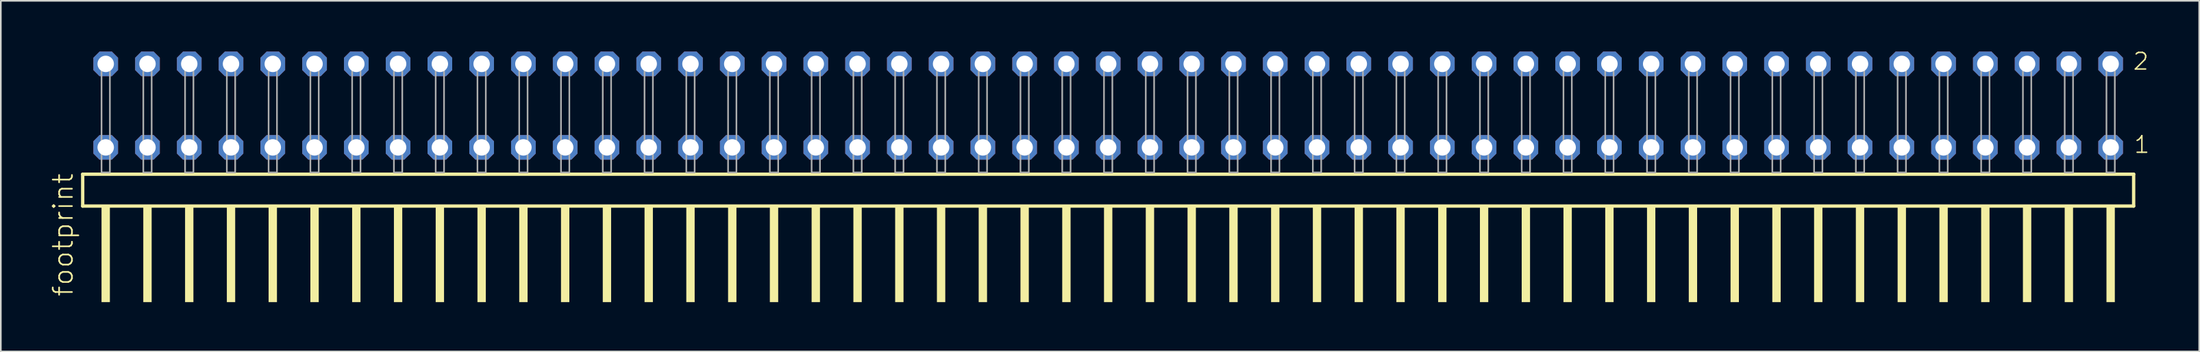
<source format=kicad_pcb>
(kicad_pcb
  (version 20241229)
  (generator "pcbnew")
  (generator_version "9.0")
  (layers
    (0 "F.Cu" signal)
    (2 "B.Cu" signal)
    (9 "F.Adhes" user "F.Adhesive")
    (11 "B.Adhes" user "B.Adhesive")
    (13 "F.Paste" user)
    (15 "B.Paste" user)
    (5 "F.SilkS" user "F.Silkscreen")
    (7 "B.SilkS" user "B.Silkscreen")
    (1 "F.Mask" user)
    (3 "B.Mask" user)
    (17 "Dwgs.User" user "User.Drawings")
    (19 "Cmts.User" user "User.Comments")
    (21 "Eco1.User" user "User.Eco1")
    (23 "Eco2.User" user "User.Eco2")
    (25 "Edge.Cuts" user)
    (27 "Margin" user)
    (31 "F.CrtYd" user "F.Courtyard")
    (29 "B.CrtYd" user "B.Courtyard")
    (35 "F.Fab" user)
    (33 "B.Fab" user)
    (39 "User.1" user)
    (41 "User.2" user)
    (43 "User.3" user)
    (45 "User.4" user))
  (footprint "footprint"
    (layer "F.Cu")
    (at 64.338 7.441)
    (property "Reference" "footprint" (at -62.865 7.62 90) (layer "F.SilkS") (effects (font (size 1.168 1.168) (thickness 0.102)) (justify left bottom)))
    (fp_line (start -62.359 0.106) (end -62.359 2.046) (stroke (width 0.203) (type solid)) (layer "F.SilkS"))
    (fp_line (start -62.359 2.046) (end 62.359 2.046) (stroke (width 0.203) (type solid)) (layer "F.SilkS"))
    (fp_line (start 62.359 0.106) (end -62.359 0.106) (stroke (width 0.203) (type solid)) (layer "F.SilkS"))
    (fp_line (start 62.359 2.046) (end 62.359 0.106) (stroke (width 0.203) (type solid)) (layer "F.SilkS"))
    (fp_poly (pts (xy -61.214 7.89) (xy -60.706 7.89) (xy -60.706 2.04) (xy -61.214 2.04)) (stroke (width 0) (type solid)) (fill yes) (layer "F.SilkS"))
    (fp_poly (pts (xy -58.674 7.89) (xy -58.166 7.89) (xy -58.166 2.04) (xy -58.674 2.04)) (stroke (width 0) (type solid)) (fill yes) (layer "F.SilkS"))
    (fp_poly (pts (xy -56.134 7.89) (xy -55.626 7.89) (xy -55.626 2.04) (xy -56.134 2.04)) (stroke (width 0) (type solid)) (fill yes) (layer "F.SilkS"))
    (fp_poly (pts (xy -53.594 7.89) (xy -53.086 7.89) (xy -53.086 2.04) (xy -53.594 2.04)) (stroke (width 0) (type solid)) (fill yes) (layer "F.SilkS"))
    (fp_poly (pts (xy -51.054 7.89) (xy -50.546 7.89) (xy -50.546 2.04) (xy -51.054 2.04)) (stroke (width 0) (type solid)) (fill yes) (layer "F.SilkS"))
    (fp_poly (pts (xy -48.514 7.89) (xy -48.006 7.89) (xy -48.006 2.04) (xy -48.514 2.04)) (stroke (width 0) (type solid)) (fill yes) (layer "F.SilkS"))
    (fp_poly (pts (xy -45.974 7.89) (xy -45.466 7.89) (xy -45.466 2.04) (xy -45.974 2.04)) (stroke (width 0) (type solid)) (fill yes) (layer "F.SilkS"))
    (fp_poly (pts (xy -43.434 7.89) (xy -42.926 7.89) (xy -42.926 2.04) (xy -43.434 2.04)) (stroke (width 0) (type solid)) (fill yes) (layer "F.SilkS"))
    (fp_poly (pts (xy -40.894 7.89) (xy -40.386 7.89) (xy -40.386 2.04) (xy -40.894 2.04)) (stroke (width 0) (type solid)) (fill yes) (layer "F.SilkS"))
    (fp_poly (pts (xy -38.354 7.89) (xy -37.846 7.89) (xy -37.846 2.04) (xy -38.354 2.04)) (stroke (width 0) (type solid)) (fill yes) (layer "F.SilkS"))
    (fp_poly (pts (xy -35.814 7.89) (xy -35.306 7.89) (xy -35.306 2.04) (xy -35.814 2.04)) (stroke (width 0) (type solid)) (fill yes) (layer "F.SilkS"))
    (fp_poly (pts (xy -33.274 7.89) (xy -32.766 7.89) (xy -32.766 2.04) (xy -33.274 2.04)) (stroke (width 0) (type solid)) (fill yes) (layer "F.SilkS"))
    (fp_poly (pts (xy -30.734 7.89) (xy -30.226 7.89) (xy -30.226 2.04) (xy -30.734 2.04)) (stroke (width 0) (type solid)) (fill yes) (layer "F.SilkS"))
    (fp_poly (pts (xy -28.194 7.89) (xy -27.686 7.89) (xy -27.686 2.04) (xy -28.194 2.04)) (stroke (width 0) (type solid)) (fill yes) (layer "F.SilkS"))
    (fp_poly (pts (xy -25.654 7.89) (xy -25.146 7.89) (xy -25.146 2.04) (xy -25.654 2.04)) (stroke (width 0) (type solid)) (fill yes) (layer "F.SilkS"))
    (fp_poly (pts (xy -23.114 7.89) (xy -22.606 7.89) (xy -22.606 2.04) (xy -23.114 2.04)) (stroke (width 0) (type solid)) (fill yes) (layer "F.SilkS"))
    (fp_poly (pts (xy -20.574 7.89) (xy -20.066 7.89) (xy -20.066 2.04) (xy -20.574 2.04)) (stroke (width 0) (type solid)) (fill yes) (layer "F.SilkS"))
    (fp_poly (pts (xy -18.034 7.89) (xy -17.526 7.89) (xy -17.526 2.04) (xy -18.034 2.04)) (stroke (width 0) (type solid)) (fill yes) (layer "F.SilkS"))
    (fp_poly (pts (xy -15.494 7.89) (xy -14.986 7.89) (xy -14.986 2.04) (xy -15.494 2.04)) (stroke (width 0) (type solid)) (fill yes) (layer "F.SilkS"))
    (fp_poly (pts (xy -12.954 7.89) (xy -12.446 7.89) (xy -12.446 2.04) (xy -12.954 2.04)) (stroke (width 0) (type solid)) (fill yes) (layer "F.SilkS"))
    (fp_poly (pts (xy -10.414 7.89) (xy -9.906 7.89) (xy -9.906 2.04) (xy -10.414 2.04)) (stroke (width 0) (type solid)) (fill yes) (layer "F.SilkS"))
    (fp_poly (pts (xy -7.874 7.89) (xy -7.366 7.89) (xy -7.366 2.04) (xy -7.874 2.04)) (stroke (width 0) (type solid)) (fill yes) (layer "F.SilkS"))
    (fp_poly (pts (xy -5.334 7.89) (xy -4.826 7.89) (xy -4.826 2.04) (xy -5.334 2.04)) (stroke (width 0) (type solid)) (fill yes) (layer "F.SilkS"))
    (fp_poly (pts (xy -2.794 7.89) (xy -2.286 7.89) (xy -2.286 2.04) (xy -2.794 2.04)) (stroke (width 0) (type solid)) (fill yes) (layer "F.SilkS"))
    (fp_poly (pts (xy -0.254 7.89) (xy 0.254 7.89) (xy 0.254 2.04) (xy -0.254 2.04)) (stroke (width 0) (type solid)) (fill yes) (layer "F.SilkS"))
    (fp_poly (pts (xy 2.286 7.89) (xy 2.794 7.89) (xy 2.794 2.04) (xy 2.286 2.04)) (stroke (width 0) (type solid)) (fill yes) (layer "F.SilkS"))
    (fp_poly (pts (xy 4.826 7.89) (xy 5.334 7.89) (xy 5.334 2.04) (xy 4.826 2.04)) (stroke (width 0) (type solid)) (fill yes) (layer "F.SilkS"))
    (fp_poly (pts (xy 7.366 7.89) (xy 7.874 7.89) (xy 7.874 2.04) (xy 7.366 2.04)) (stroke (width 0) (type solid)) (fill yes) (layer "F.SilkS"))
    (fp_poly (pts (xy 9.906 7.89) (xy 10.414 7.89) (xy 10.414 2.04) (xy 9.906 2.04)) (stroke (width 0) (type solid)) (fill yes) (layer "F.SilkS"))
    (fp_poly (pts (xy 12.446 7.89) (xy 12.954 7.89) (xy 12.954 2.04) (xy 12.446 2.04)) (stroke (width 0) (type solid)) (fill yes) (layer "F.SilkS"))
    (fp_poly (pts (xy 14.986 7.89) (xy 15.494 7.89) (xy 15.494 2.04) (xy 14.986 2.04)) (stroke (width 0) (type solid)) (fill yes) (layer "F.SilkS"))
    (fp_poly (pts (xy 17.526 7.89) (xy 18.034 7.89) (xy 18.034 2.04) (xy 17.526 2.04)) (stroke (width 0) (type solid)) (fill yes) (layer "F.SilkS"))
    (fp_poly (pts (xy 20.066 7.89) (xy 20.574 7.89) (xy 20.574 2.04) (xy 20.066 2.04)) (stroke (width 0) (type solid)) (fill yes) (layer "F.SilkS"))
    (fp_poly (pts (xy 22.606 7.89) (xy 23.114 7.89) (xy 23.114 2.04) (xy 22.606 2.04)) (stroke (width 0) (type solid)) (fill yes) (layer "F.SilkS"))
    (fp_poly (pts (xy 25.146 7.89) (xy 25.654 7.89) (xy 25.654 2.04) (xy 25.146 2.04)) (stroke (width 0) (type solid)) (fill yes) (layer "F.SilkS"))
    (fp_poly (pts (xy 27.686 7.89) (xy 28.194 7.89) (xy 28.194 2.04) (xy 27.686 2.04)) (stroke (width 0) (type solid)) (fill yes) (layer "F.SilkS"))
    (fp_poly (pts (xy 30.226 7.89) (xy 30.734 7.89) (xy 30.734 2.04) (xy 30.226 2.04)) (stroke (width 0) (type solid)) (fill yes) (layer "F.SilkS"))
    (fp_poly (pts (xy 32.766 7.89) (xy 33.274 7.89) (xy 33.274 2.04) (xy 32.766 2.04)) (stroke (width 0) (type solid)) (fill yes) (layer "F.SilkS"))
    (fp_poly (pts (xy 35.306 7.89) (xy 35.814 7.89) (xy 35.814 2.04) (xy 35.306 2.04)) (stroke (width 0) (type solid)) (fill yes) (layer "F.SilkS"))
    (fp_poly (pts (xy 37.846 7.89) (xy 38.354 7.89) (xy 38.354 2.04) (xy 37.846 2.04)) (stroke (width 0) (type solid)) (fill yes) (layer "F.SilkS"))
    (fp_poly (pts (xy 40.386 7.89) (xy 40.894 7.89) (xy 40.894 2.04) (xy 40.386 2.04)) (stroke (width 0) (type solid)) (fill yes) (layer "F.SilkS"))
    (fp_poly (pts (xy 42.926 7.89) (xy 43.434 7.89) (xy 43.434 2.04) (xy 42.926 2.04)) (stroke (width 0) (type solid)) (fill yes) (layer "F.SilkS"))
    (fp_poly (pts (xy 45.466 7.89) (xy 45.974 7.89) (xy 45.974 2.04) (xy 45.466 2.04)) (stroke (width 0) (type solid)) (fill yes) (layer "F.SilkS"))
    (fp_poly (pts (xy 48.006 7.89) (xy 48.514 7.89) (xy 48.514 2.04) (xy 48.006 2.04)) (stroke (width 0) (type solid)) (fill yes) (layer "F.SilkS"))
    (fp_poly (pts (xy 50.546 7.89) (xy 51.054 7.89) (xy 51.054 2.04) (xy 50.546 2.04)) (stroke (width 0) (type solid)) (fill yes) (layer "F.SilkS"))
    (fp_poly (pts (xy 53.086 7.89) (xy 53.594 7.89) (xy 53.594 2.04) (xy 53.086 2.04)) (stroke (width 0) (type solid)) (fill yes) (layer "F.SilkS"))
    (fp_poly (pts (xy 55.626 7.89) (xy 56.134 7.89) (xy 56.134 2.04) (xy 55.626 2.04)) (stroke (width 0) (type solid)) (fill yes) (layer "F.SilkS"))
    (fp_poly (pts (xy 58.166 7.89) (xy 58.674 7.89) (xy 58.674 2.04) (xy 58.166 2.04)) (stroke (width 0) (type solid)) (fill yes) (layer "F.SilkS"))
    (fp_poly (pts (xy 60.706 7.89) (xy 61.214 7.89) (xy 61.214 2.04) (xy 60.706 2.04)) (stroke (width 0) (type solid)) (fill yes) (layer "F.SilkS"))
    (fp_poly (pts (xy -61.214 0) (xy -60.706 0) (xy -60.706 -6.858) (xy -61.214 -6.858)) (stroke (width 0.1) (type solid)) (fill no) (layer "F.Fab"))
    (fp_poly (pts (xy -58.674 0) (xy -58.166 0) (xy -58.166 -6.858) (xy -58.674 -6.858)) (stroke (width 0.1) (type solid)) (fill no) (layer "F.Fab"))
    (fp_poly (pts (xy -56.134 0) (xy -55.626 0) (xy -55.626 -6.858) (xy -56.134 -6.858)) (stroke (width 0.1) (type solid)) (fill no) (layer "F.Fab"))
    (fp_poly (pts (xy -53.594 0) (xy -53.086 0) (xy -53.086 -6.858) (xy -53.594 -6.858)) (stroke (width 0.1) (type solid)) (fill no) (layer "F.Fab"))
    (fp_poly (pts (xy -51.054 0) (xy -50.546 0) (xy -50.546 -6.858) (xy -51.054 -6.858)) (stroke (width 0.1) (type solid)) (fill no) (layer "F.Fab"))
    (fp_poly (pts (xy -48.514 0) (xy -48.006 0) (xy -48.006 -6.858) (xy -48.514 -6.858)) (stroke (width 0.1) (type solid)) (fill no) (layer "F.Fab"))
    (fp_poly (pts (xy -45.974 0) (xy -45.466 0) (xy -45.466 -6.858) (xy -45.974 -6.858)) (stroke (width 0.1) (type solid)) (fill no) (layer "F.Fab"))
    (fp_poly (pts (xy -43.434 0) (xy -42.926 0) (xy -42.926 -6.858) (xy -43.434 -6.858)) (stroke (width 0.1) (type solid)) (fill no) (layer "F.Fab"))
    (fp_poly (pts (xy -40.894 0) (xy -40.386 0) (xy -40.386 -6.858) (xy -40.894 -6.858)) (stroke (width 0.1) (type solid)) (fill no) (layer "F.Fab"))
    (fp_poly (pts (xy -38.354 0) (xy -37.846 0) (xy -37.846 -6.858) (xy -38.354 -6.858)) (stroke (width 0.1) (type solid)) (fill no) (layer "F.Fab"))
    (fp_poly (pts (xy -35.814 0) (xy -35.306 0) (xy -35.306 -6.858) (xy -35.814 -6.858)) (stroke (width 0.1) (type solid)) (fill no) (layer "F.Fab"))
    (fp_poly (pts (xy -33.274 0) (xy -32.766 0) (xy -32.766 -6.858) (xy -33.274 -6.858)) (stroke (width 0.1) (type solid)) (fill no) (layer "F.Fab"))
    (fp_poly (pts (xy -30.734 0) (xy -30.226 0) (xy -30.226 -6.858) (xy -30.734 -6.858)) (stroke (width 0.1) (type solid)) (fill no) (layer "F.Fab"))
    (fp_poly (pts (xy -28.194 0) (xy -27.686 0) (xy -27.686 -6.858) (xy -28.194 -6.858)) (stroke (width 0.1) (type solid)) (fill no) (layer "F.Fab"))
    (fp_poly (pts (xy -25.654 0) (xy -25.146 0) (xy -25.146 -6.858) (xy -25.654 -6.858)) (stroke (width 0.1) (type solid)) (fill no) (layer "F.Fab"))
    (fp_poly (pts (xy -23.114 0) (xy -22.606 0) (xy -22.606 -6.858) (xy -23.114 -6.858)) (stroke (width 0.1) (type solid)) (fill no) (layer "F.Fab"))
    (fp_poly (pts (xy -20.574 0) (xy -20.066 0) (xy -20.066 -6.858) (xy -20.574 -6.858)) (stroke (width 0.1) (type solid)) (fill no) (layer "F.Fab"))
    (fp_poly (pts (xy -18.034 0) (xy -17.526 0) (xy -17.526 -6.858) (xy -18.034 -6.858)) (stroke (width 0.1) (type solid)) (fill no) (layer "F.Fab"))
    (fp_poly (pts (xy -15.494 0) (xy -14.986 0) (xy -14.986 -6.858) (xy -15.494 -6.858)) (stroke (width 0.1) (type solid)) (fill no) (layer "F.Fab"))
    (fp_poly (pts (xy -12.954 0) (xy -12.446 0) (xy -12.446 -6.858) (xy -12.954 -6.858)) (stroke (width 0.1) (type solid)) (fill no) (layer "F.Fab"))
    (fp_poly (pts (xy -10.414 0) (xy -9.906 0) (xy -9.906 -6.858) (xy -10.414 -6.858)) (stroke (width 0.1) (type solid)) (fill no) (layer "F.Fab"))
    (fp_poly (pts (xy -7.874 0) (xy -7.366 0) (xy -7.366 -6.858) (xy -7.874 -6.858)) (stroke (width 0.1) (type solid)) (fill no) (layer "F.Fab"))
    (fp_poly (pts (xy -5.334 0) (xy -4.826 0) (xy -4.826 -6.858) (xy -5.334 -6.858)) (stroke (width 0.1) (type solid)) (fill no) (layer "F.Fab"))
    (fp_poly (pts (xy -2.794 0) (xy -2.286 0) (xy -2.286 -6.858) (xy -2.794 -6.858)) (stroke (width 0.1) (type solid)) (fill no) (layer "F.Fab"))
    (fp_poly (pts (xy -0.254 0) (xy 0.254 0) (xy 0.254 -6.858) (xy -0.254 -6.858)) (stroke (width 0.1) (type solid)) (fill no) (layer "F.Fab"))
    (fp_poly (pts (xy 2.286 0) (xy 2.794 0) (xy 2.794 -6.858) (xy 2.286 -6.858)) (stroke (width 0.1) (type solid)) (fill no) (layer "F.Fab"))
    (fp_poly (pts (xy 4.826 0) (xy 5.334 0) (xy 5.334 -6.858) (xy 4.826 -6.858)) (stroke (width 0.1) (type solid)) (fill no) (layer "F.Fab"))
    (fp_poly (pts (xy 7.366 0) (xy 7.874 0) (xy 7.874 -6.858) (xy 7.366 -6.858)) (stroke (width 0.1) (type solid)) (fill no) (layer "F.Fab"))
    (fp_poly (pts (xy 9.906 0) (xy 10.414 0) (xy 10.414 -6.858) (xy 9.906 -6.858)) (stroke (width 0.1) (type solid)) (fill no) (layer "F.Fab"))
    (fp_poly (pts (xy 12.446 0) (xy 12.954 0) (xy 12.954 -6.858) (xy 12.446 -6.858)) (stroke (width 0.1) (type solid)) (fill no) (layer "F.Fab"))
    (fp_poly (pts (xy 14.986 0) (xy 15.494 0) (xy 15.494 -6.858) (xy 14.986 -6.858)) (stroke (width 0.1) (type solid)) (fill no) (layer "F.Fab"))
    (fp_poly (pts (xy 17.526 0) (xy 18.034 0) (xy 18.034 -6.858) (xy 17.526 -6.858)) (stroke (width 0.1) (type solid)) (fill no) (layer "F.Fab"))
    (fp_poly (pts (xy 20.066 0) (xy 20.574 0) (xy 20.574 -6.858) (xy 20.066 -6.858)) (stroke (width 0.1) (type solid)) (fill no) (layer "F.Fab"))
    (fp_poly (pts (xy 22.606 0) (xy 23.114 0) (xy 23.114 -6.858) (xy 22.606 -6.858)) (stroke (width 0.1) (type solid)) (fill no) (layer "F.Fab"))
    (fp_poly (pts (xy 25.146 0) (xy 25.654 0) (xy 25.654 -6.858) (xy 25.146 -6.858)) (stroke (width 0.1) (type solid)) (fill no) (layer "F.Fab"))
    (fp_poly (pts (xy 27.686 0) (xy 28.194 0) (xy 28.194 -6.858) (xy 27.686 -6.858)) (stroke (width 0.1) (type solid)) (fill no) (layer "F.Fab"))
    (fp_poly (pts (xy 30.226 0) (xy 30.734 0) (xy 30.734 -6.858) (xy 30.226 -6.858)) (stroke (width 0.1) (type solid)) (fill no) (layer "F.Fab"))
    (fp_poly (pts (xy 32.766 0) (xy 33.274 0) (xy 33.274 -6.858) (xy 32.766 -6.858)) (stroke (width 0.1) (type solid)) (fill no) (layer "F.Fab"))
    (fp_poly (pts (xy 35.306 0) (xy 35.814 0) (xy 35.814 -6.858) (xy 35.306 -6.858)) (stroke (width 0.1) (type solid)) (fill no) (layer "F.Fab"))
    (fp_poly (pts (xy 37.846 0) (xy 38.354 0) (xy 38.354 -6.858) (xy 37.846 -6.858)) (stroke (width 0.1) (type solid)) (fill no) (layer "F.Fab"))
    (fp_poly (pts (xy 40.386 0) (xy 40.894 0) (xy 40.894 -6.858) (xy 40.386 -6.858)) (stroke (width 0.1) (type solid)) (fill no) (layer "F.Fab"))
    (fp_poly (pts (xy 42.926 0) (xy 43.434 0) (xy 43.434 -6.858) (xy 42.926 -6.858)) (stroke (width 0.1) (type solid)) (fill no) (layer "F.Fab"))
    (fp_poly (pts (xy 45.466 0) (xy 45.974 0) (xy 45.974 -6.858) (xy 45.466 -6.858)) (stroke (width 0.1) (type solid)) (fill no) (layer "F.Fab"))
    (fp_poly (pts (xy 48.006 0) (xy 48.514 0) (xy 48.514 -6.858) (xy 48.006 -6.858)) (stroke (width 0.1) (type solid)) (fill no) (layer "F.Fab"))
    (fp_poly (pts (xy 50.546 0) (xy 51.054 0) (xy 51.054 -6.858) (xy 50.546 -6.858)) (stroke (width 0.1) (type solid)) (fill no) (layer "F.Fab"))
    (fp_poly (pts (xy 53.086 0) (xy 53.594 0) (xy 53.594 -6.858) (xy 53.086 -6.858)) (stroke (width 0.1) (type solid)) (fill no) (layer "F.Fab"))
    (fp_poly (pts (xy 55.626 0) (xy 56.134 0) (xy 56.134 -6.858) (xy 55.626 -6.858)) (stroke (width 0.1) (type solid)) (fill no) (layer "F.Fab"))
    (fp_poly (pts (xy 58.166 0) (xy 58.674 0) (xy 58.674 -6.858) (xy 58.166 -6.858)) (stroke (width 0.1) (type solid)) (fill no) (layer "F.Fab"))
    (fp_poly (pts (xy 60.706 0) (xy 61.214 0) (xy 61.214 -6.858) (xy 60.706 -6.858)) (stroke (width 0.1) (type solid)) (fill no) (layer "F.Fab"))
    (fp_text user "1" (at 62.32 -1.1 0) (layer "F.SilkS") (effects (font (size 1.012 1.012) (thickness 0.088)) (justify left bottom)))
    (fp_text user "2" (at 62.26 -6.165 0) (layer "F.SilkS") (effects (font (size 1.012 1.012) (thickness 0.088)) (justify left bottom)))
    (pad "1" thru_hole roundrect (at 60.96 -1.524 180) (size 1.5 1.5) (drill 1) (layers "*.Cu" "*.Mask") (roundrect_rratio 0.25) (chamfer_ratio 0.25) (chamfer top_left top_right bottom_left bottom_right))
    (pad "2" thru_hole roundrect (at 60.96 -6.604 180) (size 1.5 1.5) (drill 1) (layers "*.Cu" "*.Mask") (roundrect_rratio 0.25) (chamfer_ratio 0.25) (chamfer top_left top_right bottom_left bottom_right))
    (pad "3" thru_hole roundrect (at 58.42 -1.524 180) (size 1.5 1.5) (drill 1) (layers "*.Cu" "*.Mask") (roundrect_rratio 0.25) (chamfer_ratio 0.25) (chamfer top_left top_right bottom_left bottom_right))
    (pad "4" thru_hole roundrect (at 58.42 -6.604 180) (size 1.5 1.5) (drill 1) (layers "*.Cu" "*.Mask") (roundrect_rratio 0.25) (chamfer_ratio 0.25) (chamfer top_left top_right bottom_left bottom_right))
    (pad "5" thru_hole roundrect (at 55.88 -1.524 180) (size 1.5 1.5) (drill 1) (layers "*.Cu" "*.Mask") (roundrect_rratio 0.25) (chamfer_ratio 0.25) (chamfer top_left top_right bottom_left bottom_right))
    (pad "6" thru_hole roundrect (at 55.88 -6.604 180) (size 1.5 1.5) (drill 1) (layers "*.Cu" "*.Mask") (roundrect_rratio 0.25) (chamfer_ratio 0.25) (chamfer top_left top_right bottom_left bottom_right))
    (pad "7" thru_hole roundrect (at 53.34 -1.524 180) (size 1.5 1.5) (drill 1) (layers "*.Cu" "*.Mask") (roundrect_rratio 0.25) (chamfer_ratio 0.25) (chamfer top_left top_right bottom_left bottom_right))
    (pad "8" thru_hole roundrect (at 53.34 -6.604 180) (size 1.5 1.5) (drill 1) (layers "*.Cu" "*.Mask") (roundrect_rratio 0.25) (chamfer_ratio 0.25) (chamfer top_left top_right bottom_left bottom_right))
    (pad "9" thru_hole roundrect (at 50.8 -1.524 180) (size 1.5 1.5) (drill 1) (layers "*.Cu" "*.Mask") (roundrect_rratio 0.25) (chamfer_ratio 0.25) (chamfer top_left top_right bottom_left bottom_right))
    (pad "10" thru_hole roundrect (at 50.8 -6.604 180) (size 1.5 1.5) (drill 1) (layers "*.Cu" "*.Mask") (roundrect_rratio 0.25) (chamfer_ratio 0.25) (chamfer top_left top_right bottom_left bottom_right))
    (pad "11" thru_hole roundrect (at 48.26 -1.524 180) (size 1.5 1.5) (drill 1) (layers "*.Cu" "*.Mask") (roundrect_rratio 0.25) (chamfer_ratio 0.25) (chamfer top_left top_right bottom_left bottom_right))
    (pad "12" thru_hole roundrect (at 48.26 -6.604 180) (size 1.5 1.5) (drill 1) (layers "*.Cu" "*.Mask") (roundrect_rratio 0.25) (chamfer_ratio 0.25) (chamfer top_left top_right bottom_left bottom_right))
    (pad "13" thru_hole roundrect (at 45.72 -1.524 180) (size 1.5 1.5) (drill 1) (layers "*.Cu" "*.Mask") (roundrect_rratio 0.25) (chamfer_ratio 0.25) (chamfer top_left top_right bottom_left bottom_right))
    (pad "14" thru_hole roundrect (at 45.72 -6.604 180) (size 1.5 1.5) (drill 1) (layers "*.Cu" "*.Mask") (roundrect_rratio 0.25) (chamfer_ratio 0.25) (chamfer top_left top_right bottom_left bottom_right))
    (pad "15" thru_hole roundrect (at 43.18 -1.524 180) (size 1.5 1.5) (drill 1) (layers "*.Cu" "*.Mask") (roundrect_rratio 0.25) (chamfer_ratio 0.25) (chamfer top_left top_right bottom_left bottom_right))
    (pad "16" thru_hole roundrect (at 43.18 -6.604 180) (size 1.5 1.5) (drill 1) (layers "*.Cu" "*.Mask") (roundrect_rratio 0.25) (chamfer_ratio 0.25) (chamfer top_left top_right bottom_left bottom_right))
    (pad "17" thru_hole roundrect (at 40.64 -1.524 180) (size 1.5 1.5) (drill 1) (layers "*.Cu" "*.Mask") (roundrect_rratio 0.25) (chamfer_ratio 0.25) (chamfer top_left top_right bottom_left bottom_right))
    (pad "18" thru_hole roundrect (at 40.64 -6.604 180) (size 1.5 1.5) (drill 1) (layers "*.Cu" "*.Mask") (roundrect_rratio 0.25) (chamfer_ratio 0.25) (chamfer top_left top_right bottom_left bottom_right))
    (pad "19" thru_hole roundrect (at 38.1 -1.524 180) (size 1.5 1.5) (drill 1) (layers "*.Cu" "*.Mask") (roundrect_rratio 0.25) (chamfer_ratio 0.25) (chamfer top_left top_right bottom_left bottom_right))
    (pad "20" thru_hole roundrect (at 38.1 -6.604 180) (size 1.5 1.5) (drill 1) (layers "*.Cu" "*.Mask") (roundrect_rratio 0.25) (chamfer_ratio 0.25) (chamfer top_left top_right bottom_left bottom_right))
    (pad "21" thru_hole roundrect (at 35.56 -1.524 180) (size 1.5 1.5) (drill 1) (layers "*.Cu" "*.Mask") (roundrect_rratio 0.25) (chamfer_ratio 0.25) (chamfer top_left top_right bottom_left bottom_right))
    (pad "22" thru_hole roundrect (at 35.56 -6.604 180) (size 1.5 1.5) (drill 1) (layers "*.Cu" "*.Mask") (roundrect_rratio 0.25) (chamfer_ratio 0.25) (chamfer top_left top_right bottom_left bottom_right))
    (pad "23" thru_hole roundrect (at 33.02 -1.524 180) (size 1.5 1.5) (drill 1) (layers "*.Cu" "*.Mask") (roundrect_rratio 0.25) (chamfer_ratio 0.25) (chamfer top_left top_right bottom_left bottom_right))
    (pad "24" thru_hole roundrect (at 33.02 -6.604 180) (size 1.5 1.5) (drill 1) (layers "*.Cu" "*.Mask") (roundrect_rratio 0.25) (chamfer_ratio 0.25) (chamfer top_left top_right bottom_left bottom_right))
    (pad "25" thru_hole roundrect (at 30.48 -1.524 180) (size 1.5 1.5) (drill 1) (layers "*.Cu" "*.Mask") (roundrect_rratio 0.25) (chamfer_ratio 0.25) (chamfer top_left top_right bottom_left bottom_right))
    (pad "26" thru_hole roundrect (at 30.48 -6.604 180) (size 1.5 1.5) (drill 1) (layers "*.Cu" "*.Mask") (roundrect_rratio 0.25) (chamfer_ratio 0.25) (chamfer top_left top_right bottom_left bottom_right))
    (pad "27" thru_hole roundrect (at 27.94 -1.524 180) (size 1.5 1.5) (drill 1) (layers "*.Cu" "*.Mask") (roundrect_rratio 0.25) (chamfer_ratio 0.25) (chamfer top_left top_right bottom_left bottom_right))
    (pad "28" thru_hole roundrect (at 27.94 -6.604 180) (size 1.5 1.5) (drill 1) (layers "*.Cu" "*.Mask") (roundrect_rratio 0.25) (chamfer_ratio 0.25) (chamfer top_left top_right bottom_left bottom_right))
    (pad "29" thru_hole roundrect (at 25.4 -1.524 180) (size 1.5 1.5) (drill 1) (layers "*.Cu" "*.Mask") (roundrect_rratio 0.25) (chamfer_ratio 0.25) (chamfer top_left top_right bottom_left bottom_right))
    (pad "30" thru_hole roundrect (at 25.4 -6.604 180) (size 1.5 1.5) (drill 1) (layers "*.Cu" "*.Mask") (roundrect_rratio 0.25) (chamfer_ratio 0.25) (chamfer top_left top_right bottom_left bottom_right))
    (pad "31" thru_hole roundrect (at 22.86 -1.524 180) (size 1.5 1.5) (drill 1) (layers "*.Cu" "*.Mask") (roundrect_rratio 0.25) (chamfer_ratio 0.25) (chamfer top_left top_right bottom_left bottom_right))
    (pad "32" thru_hole roundrect (at 22.86 -6.604 180) (size 1.5 1.5) (drill 1) (layers "*.Cu" "*.Mask") (roundrect_rratio 0.25) (chamfer_ratio 0.25) (chamfer top_left top_right bottom_left bottom_right))
    (pad "33" thru_hole roundrect (at 20.32 -1.524 180) (size 1.5 1.5) (drill 1) (layers "*.Cu" "*.Mask") (roundrect_rratio 0.25) (chamfer_ratio 0.25) (chamfer top_left top_right bottom_left bottom_right))
    (pad "34" thru_hole roundrect (at 20.32 -6.604 180) (size 1.5 1.5) (drill 1) (layers "*.Cu" "*.Mask") (roundrect_rratio 0.25) (chamfer_ratio 0.25) (chamfer top_left top_right bottom_left bottom_right))
    (pad "35" thru_hole roundrect (at 17.78 -1.524 180) (size 1.5 1.5) (drill 1) (layers "*.Cu" "*.Mask") (roundrect_rratio 0.25) (chamfer_ratio 0.25) (chamfer top_left top_right bottom_left bottom_right))
    (pad "36" thru_hole roundrect (at 17.78 -6.604 180) (size 1.5 1.5) (drill 1) (layers "*.Cu" "*.Mask") (roundrect_rratio 0.25) (chamfer_ratio 0.25) (chamfer top_left top_right bottom_left bottom_right))
    (pad "37" thru_hole roundrect (at 15.24 -1.524 180) (size 1.5 1.5) (drill 1) (layers "*.Cu" "*.Mask") (roundrect_rratio 0.25) (chamfer_ratio 0.25) (chamfer top_left top_right bottom_left bottom_right))
    (pad "38" thru_hole roundrect (at 15.24 -6.604 180) (size 1.5 1.5) (drill 1) (layers "*.Cu" "*.Mask") (roundrect_rratio 0.25) (chamfer_ratio 0.25) (chamfer top_left top_right bottom_left bottom_right))
    (pad "39" thru_hole roundrect (at 12.7 -1.524 180) (size 1.5 1.5) (drill 1) (layers "*.Cu" "*.Mask") (roundrect_rratio 0.25) (chamfer_ratio 0.25) (chamfer top_left top_right bottom_left bottom_right))
    (pad "40" thru_hole roundrect (at 12.7 -6.604 180) (size 1.5 1.5) (drill 1) (layers "*.Cu" "*.Mask") (roundrect_rratio 0.25) (chamfer_ratio 0.25) (chamfer top_left top_right bottom_left bottom_right))
    (pad "41" thru_hole roundrect (at 10.16 -1.524 180) (size 1.5 1.5) (drill 1) (layers "*.Cu" "*.Mask") (roundrect_rratio 0.25) (chamfer_ratio 0.25) (chamfer top_left top_right bottom_left bottom_right))
    (pad "42" thru_hole roundrect (at 10.16 -6.604 180) (size 1.5 1.5) (drill 1) (layers "*.Cu" "*.Mask") (roundrect_rratio 0.25) (chamfer_ratio 0.25) (chamfer top_left top_right bottom_left bottom_right))
    (pad "43" thru_hole roundrect (at 7.62 -1.524 180) (size 1.5 1.5) (drill 1) (layers "*.Cu" "*.Mask") (roundrect_rratio 0.25) (chamfer_ratio 0.25) (chamfer top_left top_right bottom_left bottom_right))
    (pad "44" thru_hole roundrect (at 7.62 -6.604 180) (size 1.5 1.5) (drill 1) (layers "*.Cu" "*.Mask") (roundrect_rratio 0.25) (chamfer_ratio 0.25) (chamfer top_left top_right bottom_left bottom_right))
    (pad "45" thru_hole roundrect (at 5.08 -1.524 180) (size 1.5 1.5) (drill 1) (layers "*.Cu" "*.Mask") (roundrect_rratio 0.25) (chamfer_ratio 0.25) (chamfer top_left top_right bottom_left bottom_right))
    (pad "46" thru_hole roundrect (at 5.08 -6.604 180) (size 1.5 1.5) (drill 1) (layers "*.Cu" "*.Mask") (roundrect_rratio 0.25) (chamfer_ratio 0.25) (chamfer top_left top_right bottom_left bottom_right))
    (pad "47" thru_hole roundrect (at 2.54 -1.524 180) (size 1.5 1.5) (drill 1) (layers "*.Cu" "*.Mask") (roundrect_rratio 0.25) (chamfer_ratio 0.25) (chamfer top_left top_right bottom_left bottom_right))
    (pad "48" thru_hole roundrect (at 2.54 -6.604 180) (size 1.5 1.5) (drill 1) (layers "*.Cu" "*.Mask") (roundrect_rratio 0.25) (chamfer_ratio 0.25) (chamfer top_left top_right bottom_left bottom_right))
    (pad "49" thru_hole roundrect (at 0 -1.524 180) (size 1.5 1.5) (drill 1) (layers "*.Cu" "*.Mask") (roundrect_rratio 0.25) (chamfer_ratio 0.25) (chamfer top_left top_right bottom_left bottom_right))
    (pad "50" thru_hole roundrect (at 0 -6.604 180) (size 1.5 1.5) (drill 1) (layers "*.Cu" "*.Mask") (roundrect_rratio 0.25) (chamfer_ratio 0.25) (chamfer top_left top_right bottom_left bottom_right))
    (pad "51" thru_hole roundrect (at -2.54 -1.524 180) (size 1.5 1.5) (drill 1) (layers "*.Cu" "*.Mask") (roundrect_rratio 0.25) (chamfer_ratio 0.25) (chamfer top_left top_right bottom_left bottom_right))
    (pad "52" thru_hole roundrect (at -2.54 -6.604 180) (size 1.5 1.5) (drill 1) (layers "*.Cu" "*.Mask") (roundrect_rratio 0.25) (chamfer_ratio 0.25) (chamfer top_left top_right bottom_left bottom_right))
    (pad "53" thru_hole roundrect (at -5.08 -1.524 180) (size 1.5 1.5) (drill 1) (layers "*.Cu" "*.Mask") (roundrect_rratio 0.25) (chamfer_ratio 0.25) (chamfer top_left top_right bottom_left bottom_right))
    (pad "54" thru_hole roundrect (at -5.08 -6.604 180) (size 1.5 1.5) (drill 1) (layers "*.Cu" "*.Mask") (roundrect_rratio 0.25) (chamfer_ratio 0.25) (chamfer top_left top_right bottom_left bottom_right))
    (pad "55" thru_hole roundrect (at -7.62 -1.524 180) (size 1.5 1.5) (drill 1) (layers "*.Cu" "*.Mask") (roundrect_rratio 0.25) (chamfer_ratio 0.25) (chamfer top_left top_right bottom_left bottom_right))
    (pad "56" thru_hole roundrect (at -7.62 -6.604 180) (size 1.5 1.5) (drill 1) (layers "*.Cu" "*.Mask") (roundrect_rratio 0.25) (chamfer_ratio 0.25) (chamfer top_left top_right bottom_left bottom_right))
    (pad "57" thru_hole roundrect (at -10.16 -1.524 180) (size 1.5 1.5) (drill 1) (layers "*.Cu" "*.Mask") (roundrect_rratio 0.25) (chamfer_ratio 0.25) (chamfer top_left top_right bottom_left bottom_right))
    (pad "58" thru_hole roundrect (at -10.16 -6.604 180) (size 1.5 1.5) (drill 1) (layers "*.Cu" "*.Mask") (roundrect_rratio 0.25) (chamfer_ratio 0.25) (chamfer top_left top_right bottom_left bottom_right))
    (pad "59" thru_hole roundrect (at -12.7 -1.524 180) (size 1.5 1.5) (drill 1) (layers "*.Cu" "*.Mask") (roundrect_rratio 0.25) (chamfer_ratio 0.25) (chamfer top_left top_right bottom_left bottom_right))
    (pad "60" thru_hole roundrect (at -12.7 -6.604 180) (size 1.5 1.5) (drill 1) (layers "*.Cu" "*.Mask") (roundrect_rratio 0.25) (chamfer_ratio 0.25) (chamfer top_left top_right bottom_left bottom_right))
    (pad "61" thru_hole roundrect (at -15.24 -1.524 180) (size 1.5 1.5) (drill 1) (layers "*.Cu" "*.Mask") (roundrect_rratio 0.25) (chamfer_ratio 0.25) (chamfer top_left top_right bottom_left bottom_right))
    (pad "62" thru_hole roundrect (at -15.24 -6.604 180) (size 1.5 1.5) (drill 1) (layers "*.Cu" "*.Mask") (roundrect_rratio 0.25) (chamfer_ratio 0.25) (chamfer top_left top_right bottom_left bottom_right))
    (pad "63" thru_hole roundrect (at -17.78 -1.524 180) (size 1.5 1.5) (drill 1) (layers "*.Cu" "*.Mask") (roundrect_rratio 0.25) (chamfer_ratio 0.25) (chamfer top_left top_right bottom_left bottom_right))
    (pad "64" thru_hole roundrect (at -17.78 -6.604 180) (size 1.5 1.5) (drill 1) (layers "*.Cu" "*.Mask") (roundrect_rratio 0.25) (chamfer_ratio 0.25) (chamfer top_left top_right bottom_left bottom_right))
    (pad "65" thru_hole roundrect (at -20.32 -1.524 180) (size 1.5 1.5) (drill 1) (layers "*.Cu" "*.Mask") (roundrect_rratio 0.25) (chamfer_ratio 0.25) (chamfer top_left top_right bottom_left bottom_right))
    (pad "66" thru_hole roundrect (at -20.32 -6.604 180) (size 1.5 1.5) (drill 1) (layers "*.Cu" "*.Mask") (roundrect_rratio 0.25) (chamfer_ratio 0.25) (chamfer top_left top_right bottom_left bottom_right))
    (pad "67" thru_hole roundrect (at -22.86 -1.524 180) (size 1.5 1.5) (drill 1) (layers "*.Cu" "*.Mask") (roundrect_rratio 0.25) (chamfer_ratio 0.25) (chamfer top_left top_right bottom_left bottom_right))
    (pad "68" thru_hole roundrect (at -22.86 -6.604 180) (size 1.5 1.5) (drill 1) (layers "*.Cu" "*.Mask") (roundrect_rratio 0.25) (chamfer_ratio 0.25) (chamfer top_left top_right bottom_left bottom_right))
    (pad "69" thru_hole roundrect (at -25.4 -1.524 180) (size 1.5 1.5) (drill 1) (layers "*.Cu" "*.Mask") (roundrect_rratio 0.25) (chamfer_ratio 0.25) (chamfer top_left top_right bottom_left bottom_right))
    (pad "70" thru_hole roundrect (at -25.4 -6.604 180) (size 1.5 1.5) (drill 1) (layers "*.Cu" "*.Mask") (roundrect_rratio 0.25) (chamfer_ratio 0.25) (chamfer top_left top_right bottom_left bottom_right))
    (pad "71" thru_hole roundrect (at -27.94 -1.524 180) (size 1.5 1.5) (drill 1) (layers "*.Cu" "*.Mask") (roundrect_rratio 0.25) (chamfer_ratio 0.25) (chamfer top_left top_right bottom_left bottom_right))
    (pad "72" thru_hole roundrect (at -27.94 -6.604 180) (size 1.5 1.5) (drill 1) (layers "*.Cu" "*.Mask") (roundrect_rratio 0.25) (chamfer_ratio 0.25) (chamfer top_left top_right bottom_left bottom_right))
    (pad "73" thru_hole roundrect (at -30.48 -1.524 180) (size 1.5 1.5) (drill 1) (layers "*.Cu" "*.Mask") (roundrect_rratio 0.25) (chamfer_ratio 0.25) (chamfer top_left top_right bottom_left bottom_right))
    (pad "74" thru_hole roundrect (at -30.48 -6.604 180) (size 1.5 1.5) (drill 1) (layers "*.Cu" "*.Mask") (roundrect_rratio 0.25) (chamfer_ratio 0.25) (chamfer top_left top_right bottom_left bottom_right))
    (pad "75" thru_hole roundrect (at -33.02 -1.524 180) (size 1.5 1.5) (drill 1) (layers "*.Cu" "*.Mask") (roundrect_rratio 0.25) (chamfer_ratio 0.25) (chamfer top_left top_right bottom_left bottom_right))
    (pad "76" thru_hole roundrect (at -33.02 -6.604 180) (size 1.5 1.5) (drill 1) (layers "*.Cu" "*.Mask") (roundrect_rratio 0.25) (chamfer_ratio 0.25) (chamfer top_left top_right bottom_left bottom_right))
    (pad "77" thru_hole roundrect (at -35.56 -1.524 180) (size 1.5 1.5) (drill 1) (layers "*.Cu" "*.Mask") (roundrect_rratio 0.25) (chamfer_ratio 0.25) (chamfer top_left top_right bottom_left bottom_right))
    (pad "78" thru_hole roundrect (at -35.56 -6.604 180) (size 1.5 1.5) (drill 1) (layers "*.Cu" "*.Mask") (roundrect_rratio 0.25) (chamfer_ratio 0.25) (chamfer top_left top_right bottom_left bottom_right))
    (pad "79" thru_hole roundrect (at -38.1 -1.524 180) (size 1.5 1.5) (drill 1) (layers "*.Cu" "*.Mask") (roundrect_rratio 0.25) (chamfer_ratio 0.25) (chamfer top_left top_right bottom_left bottom_right))
    (pad "80" thru_hole roundrect (at -38.1 -6.604 180) (size 1.5 1.5) (drill 1) (layers "*.Cu" "*.Mask") (roundrect_rratio 0.25) (chamfer_ratio 0.25) (chamfer top_left top_right bottom_left bottom_right))
    (pad "81" thru_hole roundrect (at -40.64 -1.524 180) (size 1.5 1.5) (drill 1) (layers "*.Cu" "*.Mask") (roundrect_rratio 0.25) (chamfer_ratio 0.25) (chamfer top_left top_right bottom_left bottom_right))
    (pad "82" thru_hole roundrect (at -40.64 -6.604 180) (size 1.5 1.5) (drill 1) (layers "*.Cu" "*.Mask") (roundrect_rratio 0.25) (chamfer_ratio 0.25) (chamfer top_left top_right bottom_left bottom_right))
    (pad "83" thru_hole roundrect (at -43.18 -1.524 180) (size 1.5 1.5) (drill 1) (layers "*.Cu" "*.Mask") (roundrect_rratio 0.25) (chamfer_ratio 0.25) (chamfer top_left top_right bottom_left bottom_right))
    (pad "84" thru_hole roundrect (at -43.18 -6.604 180) (size 1.5 1.5) (drill 1) (layers "*.Cu" "*.Mask") (roundrect_rratio 0.25) (chamfer_ratio 0.25) (chamfer top_left top_right bottom_left bottom_right))
    (pad "85" thru_hole roundrect (at -45.72 -1.524 180) (size 1.5 1.5) (drill 1) (layers "*.Cu" "*.Mask") (roundrect_rratio 0.25) (chamfer_ratio 0.25) (chamfer top_left top_right bottom_left bottom_right))
    (pad "86" thru_hole roundrect (at -45.72 -6.604 180) (size 1.5 1.5) (drill 1) (layers "*.Cu" "*.Mask") (roundrect_rratio 0.25) (chamfer_ratio 0.25) (chamfer top_left top_right bottom_left bottom_right))
    (pad "87" thru_hole roundrect (at -48.26 -1.524 180) (size 1.5 1.5) (drill 1) (layers "*.Cu" "*.Mask") (roundrect_rratio 0.25) (chamfer_ratio 0.25) (chamfer top_left top_right bottom_left bottom_right))
    (pad "88" thru_hole roundrect (at -48.26 -6.604 180) (size 1.5 1.5) (drill 1) (layers "*.Cu" "*.Mask") (roundrect_rratio 0.25) (chamfer_ratio 0.25) (chamfer top_left top_right bottom_left bottom_right))
    (pad "89" thru_hole roundrect (at -50.8 -1.524 180) (size 1.5 1.5) (drill 1) (layers "*.Cu" "*.Mask") (roundrect_rratio 0.25) (chamfer_ratio 0.25) (chamfer top_left top_right bottom_left bottom_right))
    (pad "90" thru_hole roundrect (at -50.8 -6.604 180) (size 1.5 1.5) (drill 1) (layers "*.Cu" "*.Mask") (roundrect_rratio 0.25) (chamfer_ratio 0.25) (chamfer top_left top_right bottom_left bottom_right))
    (pad "91" thru_hole roundrect (at -53.34 -1.524 180) (size 1.5 1.5) (drill 1) (layers "*.Cu" "*.Mask") (roundrect_rratio 0.25) (chamfer_ratio 0.25) (chamfer top_left top_right bottom_left bottom_right))
    (pad "92" thru_hole roundrect (at -53.34 -6.604 180) (size 1.5 1.5) (drill 1) (layers "*.Cu" "*.Mask") (roundrect_rratio 0.25) (chamfer_ratio 0.25) (chamfer top_left top_right bottom_left bottom_right))
    (pad "93" thru_hole roundrect (at -55.88 -1.524 180) (size 1.5 1.5) (drill 1) (layers "*.Cu" "*.Mask") (roundrect_rratio 0.25) (chamfer_ratio 0.25) (chamfer top_left top_right bottom_left bottom_right))
    (pad "94" thru_hole roundrect (at -55.88 -6.604 180) (size 1.5 1.5) (drill 1) (layers "*.Cu" "*.Mask") (roundrect_rratio 0.25) (chamfer_ratio 0.25) (chamfer top_left top_right bottom_left bottom_right))
    (pad "95" thru_hole roundrect (at -58.42 -1.524 180) (size 1.5 1.5) (drill 1) (layers "*.Cu" "*.Mask") (roundrect_rratio 0.25) (chamfer_ratio 0.25) (chamfer top_left top_right bottom_left bottom_right))
    (pad "96" thru_hole roundrect (at -58.42 -6.604 180) (size 1.5 1.5) (drill 1) (layers "*.Cu" "*.Mask") (roundrect_rratio 0.25) (chamfer_ratio 0.25) (chamfer top_left top_right bottom_left bottom_right))
    (pad "97" thru_hole roundrect (at -60.96 -1.524 180) (size 1.5 1.5) (drill 1) (layers "*.Cu" "*.Mask") (roundrect_rratio 0.25) (chamfer_ratio 0.25) (chamfer top_left top_right bottom_left bottom_right))
    (pad "98" thru_hole roundrect (at -60.96 -6.604 180) (size 1.5 1.5) (drill 1) (layers "*.Cu" "*.Mask") (roundrect_rratio 0.25) (chamfer_ratio 0.25) (chamfer top_left top_right bottom_left bottom_right)))
  (gr_rect
    (start -3 -3)
    (end 130.684 18.331)
    (stroke (width 0.1) (type default))
    (fill no)
    (layer "Edge.Cuts")))
</source>
